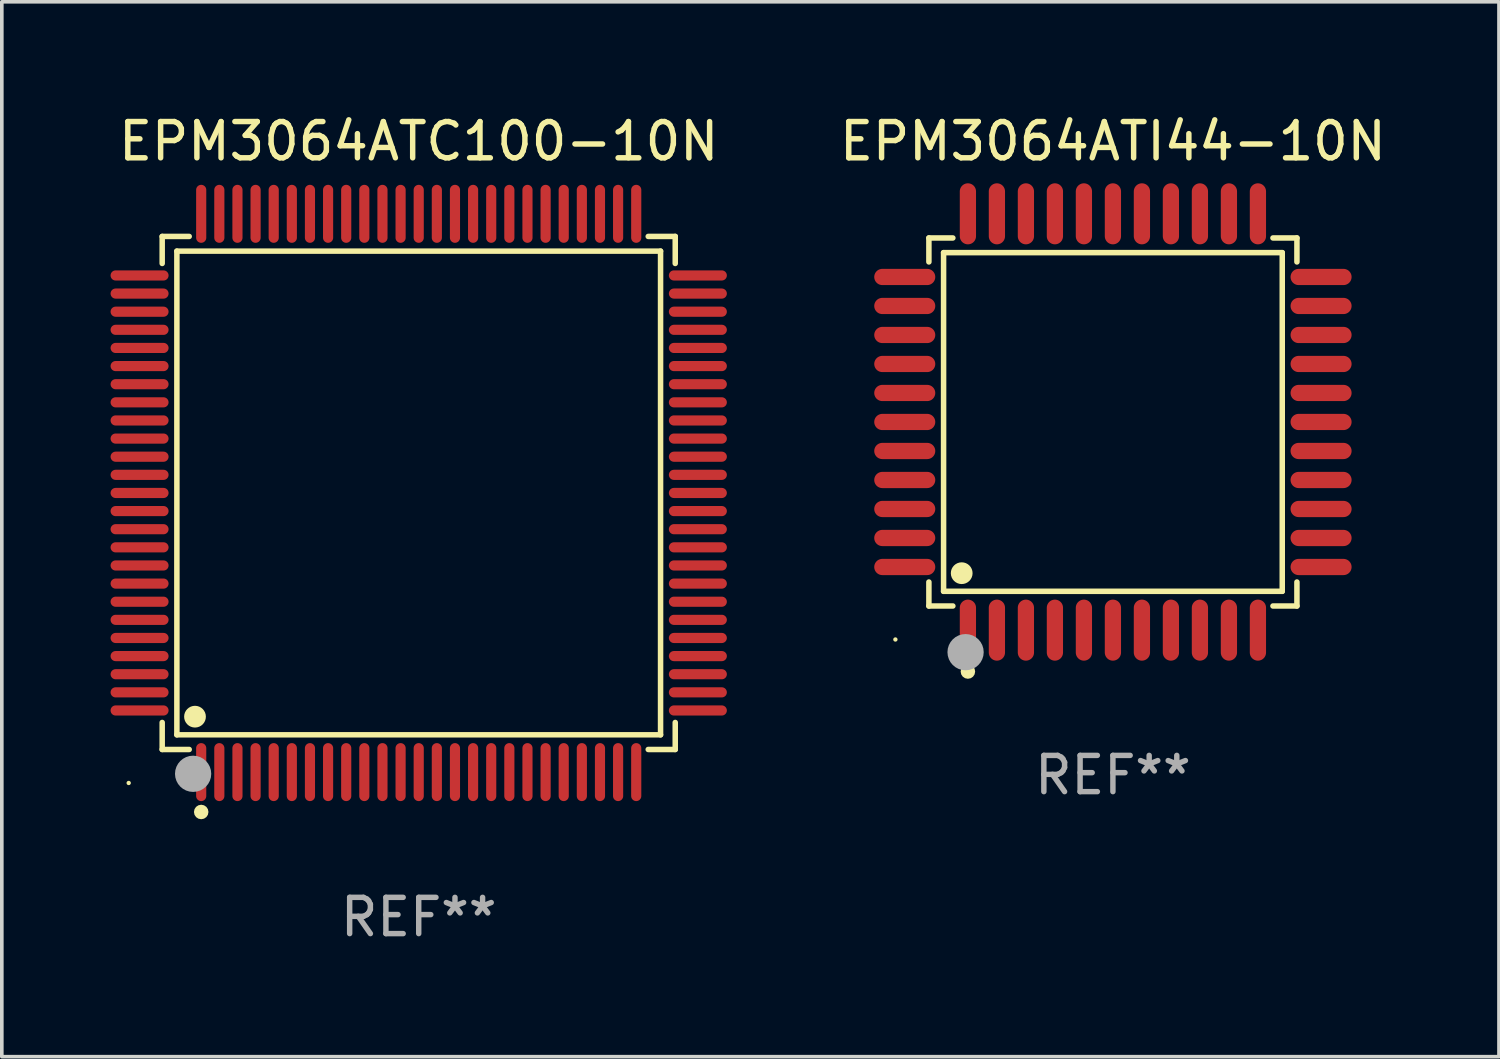
<source format=kicad_pcb>
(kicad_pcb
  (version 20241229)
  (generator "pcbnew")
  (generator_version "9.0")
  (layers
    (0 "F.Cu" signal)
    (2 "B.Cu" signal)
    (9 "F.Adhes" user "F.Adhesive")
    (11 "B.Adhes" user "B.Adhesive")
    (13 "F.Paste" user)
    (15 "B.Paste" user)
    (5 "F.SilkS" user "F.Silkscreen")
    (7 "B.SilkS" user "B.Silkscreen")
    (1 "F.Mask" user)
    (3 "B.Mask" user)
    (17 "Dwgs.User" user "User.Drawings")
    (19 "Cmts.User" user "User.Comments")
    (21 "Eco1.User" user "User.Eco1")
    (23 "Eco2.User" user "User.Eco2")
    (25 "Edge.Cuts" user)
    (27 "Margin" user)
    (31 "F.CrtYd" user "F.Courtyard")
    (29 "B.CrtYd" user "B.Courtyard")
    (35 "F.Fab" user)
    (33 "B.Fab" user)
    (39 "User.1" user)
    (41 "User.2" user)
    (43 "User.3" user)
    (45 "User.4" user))
  (footprint "EPM3064ATI44-10N"
    (layer "F.Cu")
    (at 27.649 8.59)
    (property "Reference" "EPM3064ATI44-10N" (at 0 -7.742 0) (layer "F.SilkS") (effects (font (size 1 1) (thickness 0.15))))
    (attr through_hole)
    (fp_line (start -5.076 -5.076) (end -4.415 -5.076) (stroke (width 0.152) (type solid)) (layer "F.SilkS"))
    (fp_line (start -5.076 -4.415) (end -5.076 -5.076) (stroke (width 0.152) (type solid)) (layer "F.SilkS"))
    (fp_line (start -5.076 4.415) (end -5.076 5.076) (stroke (width 0.152) (type solid)) (layer "F.SilkS"))
    (fp_line (start -5.076 5.076) (end -4.415 5.076) (stroke (width 0.152) (type solid)) (layer "F.SilkS"))
    (fp_line (start -4.671 -4.671) (end 4.671 -4.671) (stroke (width 0.152) (type solid)) (layer "F.SilkS"))
    (fp_line (start -4.671 4.671) (end -4.671 -4.671) (stroke (width 0.152) (type solid)) (layer "F.SilkS"))
    (fp_line (start 4.671 -4.671) (end 4.671 4.671) (stroke (width 0.152) (type solid)) (layer "F.SilkS"))
    (fp_line (start 4.671 4.671) (end -4.671 4.671) (stroke (width 0.152) (type solid)) (layer "F.SilkS"))
    (fp_line (start 5.076 -5.076) (end 4.415 -5.076) (stroke (width 0.152) (type solid)) (layer "F.SilkS"))
    (fp_line (start 5.076 -4.415) (end 5.076 -5.076) (stroke (width 0.152) (type solid)) (layer "F.SilkS"))
    (fp_line (start 5.076 4.415) (end 5.076 5.076) (stroke (width 0.152) (type solid)) (layer "F.SilkS"))
    (fp_line (start 5.076 5.076) (end 4.415 5.076) (stroke (width 0.152) (type solid)) (layer "F.SilkS"))
    (fp_circle (center -6 6) (end -5.97 6) (stroke (width 0.06) (type solid)) (fill no) (layer "F.SilkS"))
    (fp_circle (center -4.171 4.171) (end -4.021 4.171) (stroke (width 0.3) (type solid)) (fill no) (layer "F.SilkS"))
    (fp_circle (center -4 6.884) (end -3.9 6.884) (stroke (width 0.2) (type solid)) (fill no) (layer "F.SilkS"))
    (fp_circle (center -4.064 6.35) (end -3.814 6.35) (stroke (width 0.5) (type solid)) (fill no) (layer "F.Fab"))
    (fp_text user "REF**" (at 0 9.742 0) (layer "F.Fab") (effects (font (size 1 1) (thickness 0.15))))
    (pad "1" smd oval (at -4 5.742) (size 0.448 1.684) (layers "F.Cu" "F.Mask" "F.Paste"))
    (pad "2" smd oval (at -3.2 5.742) (size 0.448 1.684) (layers "F.Cu" "F.Mask" "F.Paste"))
    (pad "3" smd oval (at -2.4 5.742) (size 0.448 1.684) (layers "F.Cu" "F.Mask" "F.Paste"))
    (pad "4" smd oval (at -1.6 5.742) (size 0.448 1.684) (layers "F.Cu" "F.Mask" "F.Paste"))
    (pad "5" smd oval (at -0.8 5.742) (size 0.448 1.684) (layers "F.Cu" "F.Mask" "F.Paste"))
    (pad "6" smd oval (at 0 5.742) (size 0.448 1.684) (layers "F.Cu" "F.Mask" "F.Paste"))
    (pad "7" smd oval (at 0.8 5.742) (size 0.448 1.684) (layers "F.Cu" "F.Mask" "F.Paste"))
    (pad "8" smd oval (at 1.6 5.742) (size 0.448 1.684) (layers "F.Cu" "F.Mask" "F.Paste"))
    (pad "9" smd oval (at 2.4 5.742) (size 0.448 1.684) (layers "F.Cu" "F.Mask" "F.Paste"))
    (pad "10" smd oval (at 3.2 5.742) (size 0.448 1.684) (layers "F.Cu" "F.Mask" "F.Paste"))
    (pad "11" smd oval (at 4 5.742) (size 0.448 1.684) (layers "F.Cu" "F.Mask" "F.Paste"))
    (pad "12" smd oval (at 5.742 4) (size 1.684 0.448) (layers "F.Cu" "F.Mask" "F.Paste"))
    (pad "13" smd oval (at 5.742 3.2) (size 1.684 0.448) (layers "F.Cu" "F.Mask" "F.Paste"))
    (pad "14" smd oval (at 5.742 2.4) (size 1.684 0.448) (layers "F.Cu" "F.Mask" "F.Paste"))
    (pad "15" smd oval (at 5.742 1.6) (size 1.684 0.448) (layers "F.Cu" "F.Mask" "F.Paste"))
    (pad "16" smd oval (at 5.742 0.8) (size 1.684 0.448) (layers "F.Cu" "F.Mask" "F.Paste"))
    (pad "17" smd oval (at 5.742 0) (size 1.684 0.448) (layers "F.Cu" "F.Mask" "F.Paste"))
    (pad "18" smd oval (at 5.742 -0.8) (size 1.684 0.448) (layers "F.Cu" "F.Mask" "F.Paste"))
    (pad "19" smd oval (at 5.742 -1.6) (size 1.684 0.448) (layers "F.Cu" "F.Mask" "F.Paste"))
    (pad "20" smd oval (at 5.742 -2.4) (size 1.684 0.448) (layers "F.Cu" "F.Mask" "F.Paste"))
    (pad "21" smd oval (at 5.742 -3.2) (size 1.684 0.448) (layers "F.Cu" "F.Mask" "F.Paste"))
    (pad "22" smd oval (at 5.742 -4) (size 1.684 0.448) (layers "F.Cu" "F.Mask" "F.Paste"))
    (pad "23" smd oval (at 4 -5.742) (size 0.448 1.684) (layers "F.Cu" "F.Mask" "F.Paste"))
    (pad "24" smd oval (at 3.2 -5.742) (size 0.448 1.684) (layers "F.Cu" "F.Mask" "F.Paste"))
    (pad "25" smd oval (at 2.4 -5.742) (size 0.448 1.684) (layers "F.Cu" "F.Mask" "F.Paste"))
    (pad "26" smd oval (at 1.6 -5.742) (size 0.448 1.684) (layers "F.Cu" "F.Mask" "F.Paste"))
    (pad "27" smd oval (at 0.8 -5.742) (size 0.448 1.684) (layers "F.Cu" "F.Mask" "F.Paste"))
    (pad "28" smd oval (at 0 -5.742) (size 0.448 1.684) (layers "F.Cu" "F.Mask" "F.Paste"))
    (pad "29" smd oval (at -0.8 -5.742) (size 0.448 1.684) (layers "F.Cu" "F.Mask" "F.Paste"))
    (pad "30" smd oval (at -1.6 -5.742) (size 0.448 1.684) (layers "F.Cu" "F.Mask" "F.Paste"))
    (pad "31" smd oval (at -2.4 -5.742) (size 0.448 1.684) (layers "F.Cu" "F.Mask" "F.Paste"))
    (pad "32" smd oval (at -3.2 -5.742) (size 0.448 1.684) (layers "F.Cu" "F.Mask" "F.Paste"))
    (pad "33" smd oval (at -4 -5.742) (size 0.448 1.684) (layers "F.Cu" "F.Mask" "F.Paste"))
    (pad "34" smd oval (at -5.742 -4) (size 1.684 0.448) (layers "F.Cu" "F.Mask" "F.Paste"))
    (pad "35" smd oval (at -5.742 -3.2) (size 1.684 0.448) (layers "F.Cu" "F.Mask" "F.Paste"))
    (pad "36" smd oval (at -5.742 -2.4) (size 1.684 0.448) (layers "F.Cu" "F.Mask" "F.Paste"))
    (pad "37" smd oval (at -5.742 -1.6) (size 1.684 0.448) (layers "F.Cu" "F.Mask" "F.Paste"))
    (pad "38" smd oval (at -5.742 -0.8) (size 1.684 0.448) (layers "F.Cu" "F.Mask" "F.Paste"))
    (pad "39" smd oval (at -5.742 0) (size 1.684 0.448) (layers "F.Cu" "F.Mask" "F.Paste"))
    (pad "40" smd oval (at -5.742 0.8) (size 1.684 0.448) (layers "F.Cu" "F.Mask" "F.Paste"))
    (pad "41" smd oval (at -5.742 1.6) (size 1.684 0.448) (layers "F.Cu" "F.Mask" "F.Paste"))
    (pad "42" smd oval (at -5.742 2.4) (size 1.684 0.448) (layers "F.Cu" "F.Mask" "F.Paste"))
    (pad "43" smd oval (at -5.742 3.2) (size 1.684 0.448) (layers "F.Cu" "F.Mask" "F.Paste"))
    (pad "44" smd oval (at -5.742 4) (size 1.684 0.448) (layers "F.Cu" "F.Mask" "F.Paste")))
  (footprint "EPM3064ATC100-10N"
    (layer "F.Cu")
    (at 8.5 10.548)
    (property "Reference" "EPM3064ATC100-10N" (at 0 -9.7 0) (layer "F.SilkS") (effects (font (size 1 1) (thickness 0.15))))
    (attr through_hole)
    (fp_line (start -7.076 -7.076) (end -6.331 -7.076) (stroke (width 0.152) (type solid)) (layer "F.SilkS"))
    (fp_line (start -7.076 -6.331) (end -7.076 -7.076) (stroke (width 0.152) (type solid)) (layer "F.SilkS"))
    (fp_line (start -7.076 6.331) (end -7.076 7.076) (stroke (width 0.152) (type solid)) (layer "F.SilkS"))
    (fp_line (start -7.076 7.076) (end -6.331 7.076) (stroke (width 0.152) (type solid)) (layer "F.SilkS"))
    (fp_line (start -6.671 -6.671) (end 6.671 -6.671) (stroke (width 0.152) (type solid)) (layer "F.SilkS"))
    (fp_line (start -6.671 6.671) (end -6.671 -6.671) (stroke (width 0.152) (type solid)) (layer "F.SilkS"))
    (fp_line (start 6.671 -6.671) (end 6.671 6.671) (stroke (width 0.152) (type solid)) (layer "F.SilkS"))
    (fp_line (start 6.671 6.671) (end -6.671 6.671) (stroke (width 0.152) (type solid)) (layer "F.SilkS"))
    (fp_line (start 7.076 -7.076) (end 6.331 -7.076) (stroke (width 0.152) (type solid)) (layer "F.SilkS"))
    (fp_line (start 7.076 -6.331) (end 7.076 -7.076) (stroke (width 0.152) (type solid)) (layer "F.SilkS"))
    (fp_line (start 7.076 6.331) (end 7.076 7.076) (stroke (width 0.152) (type solid)) (layer "F.SilkS"))
    (fp_line (start 7.076 7.076) (end 6.331 7.076) (stroke (width 0.152) (type solid)) (layer "F.SilkS"))
    (fp_circle (center -8 8) (end -7.97 8) (stroke (width 0.06) (type solid)) (fill no) (layer "F.SilkS"))
    (fp_circle (center -6.171 6.171) (end -6.021 6.171) (stroke (width 0.3) (type solid)) (fill no) (layer "F.SilkS"))
    (fp_circle (center -6 8.8) (end -5.9 8.8) (stroke (width 0.2) (type solid)) (fill no) (layer "F.SilkS"))
    (fp_circle (center -6.223 7.747) (end -5.973 7.747) (stroke (width 0.5) (type solid)) (fill no) (layer "F.Fab"))
    (fp_text user "REF**" (at 0 11.7 0) (layer "F.Fab") (effects (font (size 1 1) (thickness 0.15))))
    (pad "1" smd oval (at -6 7.7) (size 0.28 1.6) (layers "F.Cu" "F.Mask" "F.Paste"))
    (pad "2" smd oval (at -5.5 7.7) (size 0.28 1.6) (layers "F.Cu" "F.Mask" "F.Paste"))
    (pad "3" smd oval (at -5 7.7) (size 0.28 1.6) (layers "F.Cu" "F.Mask" "F.Paste"))
    (pad "4" smd oval (at -4.5 7.7) (size 0.28 1.6) (layers "F.Cu" "F.Mask" "F.Paste"))
    (pad "5" smd oval (at -4 7.7) (size 0.28 1.6) (layers "F.Cu" "F.Mask" "F.Paste"))
    (pad "6" smd oval (at -3.5 7.7) (size 0.28 1.6) (layers "F.Cu" "F.Mask" "F.Paste"))
    (pad "7" smd oval (at -3 7.7) (size 0.28 1.6) (layers "F.Cu" "F.Mask" "F.Paste"))
    (pad "8" smd oval (at -2.5 7.7) (size 0.28 1.6) (layers "F.Cu" "F.Mask" "F.Paste"))
    (pad "9" smd oval (at -2 7.7) (size 0.28 1.6) (layers "F.Cu" "F.Mask" "F.Paste"))
    (pad "10" smd oval (at -1.5 7.7) (size 0.28 1.6) (layers "F.Cu" "F.Mask" "F.Paste"))
    (pad "11" smd oval (at -1 7.7) (size 0.28 1.6) (layers "F.Cu" "F.Mask" "F.Paste"))
    (pad "12" smd oval (at -0.5 7.7) (size 0.28 1.6) (layers "F.Cu" "F.Mask" "F.Paste"))
    (pad "13" smd oval (at 0 7.7) (size 0.28 1.6) (layers "F.Cu" "F.Mask" "F.Paste"))
    (pad "14" smd oval (at 0.5 7.7) (size 0.28 1.6) (layers "F.Cu" "F.Mask" "F.Paste"))
    (pad "15" smd oval (at 1 7.7) (size 0.28 1.6) (layers "F.Cu" "F.Mask" "F.Paste"))
    (pad "16" smd oval (at 1.5 7.7) (size 0.28 1.6) (layers "F.Cu" "F.Mask" "F.Paste"))
    (pad "17" smd oval (at 2 7.7) (size 0.28 1.6) (layers "F.Cu" "F.Mask" "F.Paste"))
    (pad "18" smd oval (at 2.5 7.7) (size 0.28 1.6) (layers "F.Cu" "F.Mask" "F.Paste"))
    (pad "19" smd oval (at 3 7.7) (size 0.28 1.6) (layers "F.Cu" "F.Mask" "F.Paste"))
    (pad "20" smd oval (at 3.5 7.7) (size 0.28 1.6) (layers "F.Cu" "F.Mask" "F.Paste"))
    (pad "21" smd oval (at 4 7.7) (size 0.28 1.6) (layers "F.Cu" "F.Mask" "F.Paste"))
    (pad "22" smd oval (at 4.5 7.7) (size 0.28 1.6) (layers "F.Cu" "F.Mask" "F.Paste"))
    (pad "23" smd oval (at 5 7.7) (size 0.28 1.6) (layers "F.Cu" "F.Mask" "F.Paste"))
    (pad "24" smd oval (at 5.5 7.7) (size 0.28 1.6) (layers "F.Cu" "F.Mask" "F.Paste"))
    (pad "25" smd oval (at 6 7.7) (size 0.28 1.6) (layers "F.Cu" "F.Mask" "F.Paste"))
    (pad "26" smd oval (at 7.7 6) (size 1.6 0.28) (layers "F.Cu" "F.Mask" "F.Paste"))
    (pad "27" smd oval (at 7.7 5.5) (size 1.6 0.28) (layers "F.Cu" "F.Mask" "F.Paste"))
    (pad "28" smd oval (at 7.7 5) (size 1.6 0.28) (layers "F.Cu" "F.Mask" "F.Paste"))
    (pad "29" smd oval (at 7.7 4.5) (size 1.6 0.28) (layers "F.Cu" "F.Mask" "F.Paste"))
    (pad "30" smd oval (at 7.7 4) (size 1.6 0.28) (layers "F.Cu" "F.Mask" "F.Paste"))
    (pad "31" smd oval (at 7.7 3.5) (size 1.6 0.28) (layers "F.Cu" "F.Mask" "F.Paste"))
    (pad "32" smd oval (at 7.7 3) (size 1.6 0.28) (layers "F.Cu" "F.Mask" "F.Paste"))
    (pad "33" smd oval (at 7.7 2.5) (size 1.6 0.28) (layers "F.Cu" "F.Mask" "F.Paste"))
    (pad "34" smd oval (at 7.7 2) (size 1.6 0.28) (layers "F.Cu" "F.Mask" "F.Paste"))
    (pad "35" smd oval (at 7.7 1.5) (size 1.6 0.28) (layers "F.Cu" "F.Mask" "F.Paste"))
    (pad "36" smd oval (at 7.7 1) (size 1.6 0.28) (layers "F.Cu" "F.Mask" "F.Paste"))
    (pad "37" smd oval (at 7.7 0.5) (size 1.6 0.28) (layers "F.Cu" "F.Mask" "F.Paste"))
    (pad "38" smd oval (at 7.7 0) (size 1.6 0.28) (layers "F.Cu" "F.Mask" "F.Paste"))
    (pad "39" smd oval (at 7.7 -0.5) (size 1.6 0.28) (layers "F.Cu" "F.Mask" "F.Paste"))
    (pad "40" smd oval (at 7.7 -1) (size 1.6 0.28) (layers "F.Cu" "F.Mask" "F.Paste"))
    (pad "41" smd oval (at 7.7 -1.5) (size 1.6 0.28) (layers "F.Cu" "F.Mask" "F.Paste"))
    (pad "42" smd oval (at 7.7 -2) (size 1.6 0.28) (layers "F.Cu" "F.Mask" "F.Paste"))
    (pad "43" smd oval (at 7.7 -2.5) (size 1.6 0.28) (layers "F.Cu" "F.Mask" "F.Paste"))
    (pad "44" smd oval (at 7.7 -3) (size 1.6 0.28) (layers "F.Cu" "F.Mask" "F.Paste"))
    (pad "45" smd oval (at 7.7 -3.5) (size 1.6 0.28) (layers "F.Cu" "F.Mask" "F.Paste"))
    (pad "46" smd oval (at 7.7 -4) (size 1.6 0.28) (layers "F.Cu" "F.Mask" "F.Paste"))
    (pad "47" smd oval (at 7.7 -4.5) (size 1.6 0.28) (layers "F.Cu" "F.Mask" "F.Paste"))
    (pad "48" smd oval (at 7.7 -5) (size 1.6 0.28) (layers "F.Cu" "F.Mask" "F.Paste"))
    (pad "49" smd oval (at 7.7 -5.5) (size 1.6 0.28) (layers "F.Cu" "F.Mask" "F.Paste"))
    (pad "50" smd oval (at 7.7 -6) (size 1.6 0.28) (layers "F.Cu" "F.Mask" "F.Paste"))
    (pad "51" smd oval (at 6 -7.7) (size 0.28 1.6) (layers "F.Cu" "F.Mask" "F.Paste"))
    (pad "52" smd oval (at 5.5 -7.7) (size 0.28 1.6) (layers "F.Cu" "F.Mask" "F.Paste"))
    (pad "53" smd oval (at 5 -7.7) (size 0.28 1.6) (layers "F.Cu" "F.Mask" "F.Paste"))
    (pad "54" smd oval (at 4.5 -7.7) (size 0.28 1.6) (layers "F.Cu" "F.Mask" "F.Paste"))
    (pad "55" smd oval (at 4 -7.7) (size 0.28 1.6) (layers "F.Cu" "F.Mask" "F.Paste"))
    (pad "56" smd oval (at 3.5 -7.7) (size 0.28 1.6) (layers "F.Cu" "F.Mask" "F.Paste"))
    (pad "57" smd oval (at 3 -7.7) (size 0.28 1.6) (layers "F.Cu" "F.Mask" "F.Paste"))
    (pad "58" smd oval (at 2.5 -7.7) (size 0.28 1.6) (layers "F.Cu" "F.Mask" "F.Paste"))
    (pad "59" smd oval (at 2 -7.7) (size 0.28 1.6) (layers "F.Cu" "F.Mask" "F.Paste"))
    (pad "60" smd oval (at 1.5 -7.7) (size 0.28 1.6) (layers "F.Cu" "F.Mask" "F.Paste"))
    (pad "61" smd oval (at 1 -7.7) (size 0.28 1.6) (layers "F.Cu" "F.Mask" "F.Paste"))
    (pad "62" smd oval (at 0.5 -7.7) (size 0.28 1.6) (layers "F.Cu" "F.Mask" "F.Paste"))
    (pad "63" smd oval (at 0 -7.7) (size 0.28 1.6) (layers "F.Cu" "F.Mask" "F.Paste"))
    (pad "64" smd oval (at -0.5 -7.7) (size 0.28 1.6) (layers "F.Cu" "F.Mask" "F.Paste"))
    (pad "65" smd oval (at -1 -7.7) (size 0.28 1.6) (layers "F.Cu" "F.Mask" "F.Paste"))
    (pad "66" smd oval (at -1.5 -7.7) (size 0.28 1.6) (layers "F.Cu" "F.Mask" "F.Paste"))
    (pad "67" smd oval (at -2 -7.7) (size 0.28 1.6) (layers "F.Cu" "F.Mask" "F.Paste"))
    (pad "68" smd oval (at -2.5 -7.7) (size 0.28 1.6) (layers "F.Cu" "F.Mask" "F.Paste"))
    (pad "69" smd oval (at -3 -7.7) (size 0.28 1.6) (layers "F.Cu" "F.Mask" "F.Paste"))
    (pad "70" smd oval (at -3.5 -7.7) (size 0.28 1.6) (layers "F.Cu" "F.Mask" "F.Paste"))
    (pad "71" smd oval (at -4 -7.7) (size 0.28 1.6) (layers "F.Cu" "F.Mask" "F.Paste"))
    (pad "72" smd oval (at -4.5 -7.7) (size 0.28 1.6) (layers "F.Cu" "F.Mask" "F.Paste"))
    (pad "73" smd oval (at -5 -7.7) (size 0.28 1.6) (layers "F.Cu" "F.Mask" "F.Paste"))
    (pad "74" smd oval (at -5.5 -7.7) (size 0.28 1.6) (layers "F.Cu" "F.Mask" "F.Paste"))
    (pad "75" smd oval (at -6 -7.7) (size 0.28 1.6) (layers "F.Cu" "F.Mask" "F.Paste"))
    (pad "76" smd oval (at -7.7 -6) (size 1.6 0.28) (layers "F.Cu" "F.Mask" "F.Paste"))
    (pad "77" smd oval (at -7.7 -5.5) (size 1.6 0.28) (layers "F.Cu" "F.Mask" "F.Paste"))
    (pad "78" smd oval (at -7.7 -5) (size 1.6 0.28) (layers "F.Cu" "F.Mask" "F.Paste"))
    (pad "79" smd oval (at -7.7 -4.5) (size 1.6 0.28) (layers "F.Cu" "F.Mask" "F.Paste"))
    (pad "80" smd oval (at -7.7 -4) (size 1.6 0.28) (layers "F.Cu" "F.Mask" "F.Paste"))
    (pad "81" smd oval (at -7.7 -3.5) (size 1.6 0.28) (layers "F.Cu" "F.Mask" "F.Paste"))
    (pad "82" smd oval (at -7.7 -3) (size 1.6 0.28) (layers "F.Cu" "F.Mask" "F.Paste"))
    (pad "83" smd oval (at -7.7 -2.5) (size 1.6 0.28) (layers "F.Cu" "F.Mask" "F.Paste"))
    (pad "84" smd oval (at -7.7 -2) (size 1.6 0.28) (layers "F.Cu" "F.Mask" "F.Paste"))
    (pad "85" smd oval (at -7.7 -1.5) (size 1.6 0.28) (layers "F.Cu" "F.Mask" "F.Paste"))
    (pad "86" smd oval (at -7.7 -1) (size 1.6 0.28) (layers "F.Cu" "F.Mask" "F.Paste"))
    (pad "87" smd oval (at -7.7 -0.5) (size 1.6 0.28) (layers "F.Cu" "F.Mask" "F.Paste"))
    (pad "88" smd oval (at -7.7 0) (size 1.6 0.28) (layers "F.Cu" "F.Mask" "F.Paste"))
    (pad "89" smd oval (at -7.7 0.5) (size 1.6 0.28) (layers "F.Cu" "F.Mask" "F.Paste"))
    (pad "90" smd oval (at -7.7 1) (size 1.6 0.28) (layers "F.Cu" "F.Mask" "F.Paste"))
    (pad "91" smd oval (at -7.7 1.5) (size 1.6 0.28) (layers "F.Cu" "F.Mask" "F.Paste"))
    (pad "92" smd oval (at -7.7 2) (size 1.6 0.28) (layers "F.Cu" "F.Mask" "F.Paste"))
    (pad "93" smd oval (at -7.7 2.5) (size 1.6 0.28) (layers "F.Cu" "F.Mask" "F.Paste"))
    (pad "94" smd oval (at -7.7 3) (size 1.6 0.28) (layers "F.Cu" "F.Mask" "F.Paste"))
    (pad "95" smd oval (at -7.7 3.5) (size 1.6 0.28) (layers "F.Cu" "F.Mask" "F.Paste"))
    (pad "96" smd oval (at -7.7 4) (size 1.6 0.28) (layers "F.Cu" "F.Mask" "F.Paste"))
    (pad "97" smd oval (at -7.7 4.5) (size 1.6 0.28) (layers "F.Cu" "F.Mask" "F.Paste"))
    (pad "98" smd oval (at -7.7 5) (size 1.6 0.28) (layers "F.Cu" "F.Mask" "F.Paste"))
    (pad "99" smd oval (at -7.7 5.5) (size 1.6 0.28) (layers "F.Cu" "F.Mask" "F.Paste"))
    (pad "100" smd oval (at -7.7 6) (size 1.6 0.28) (layers "F.Cu" "F.Mask" "F.Paste")))
  (gr_rect
    (start -3 -3)
    (end 38.298 26.097)
    (stroke (width 0.1) (type default))
    (fill no)
    (layer "Edge.Cuts")))
</source>
